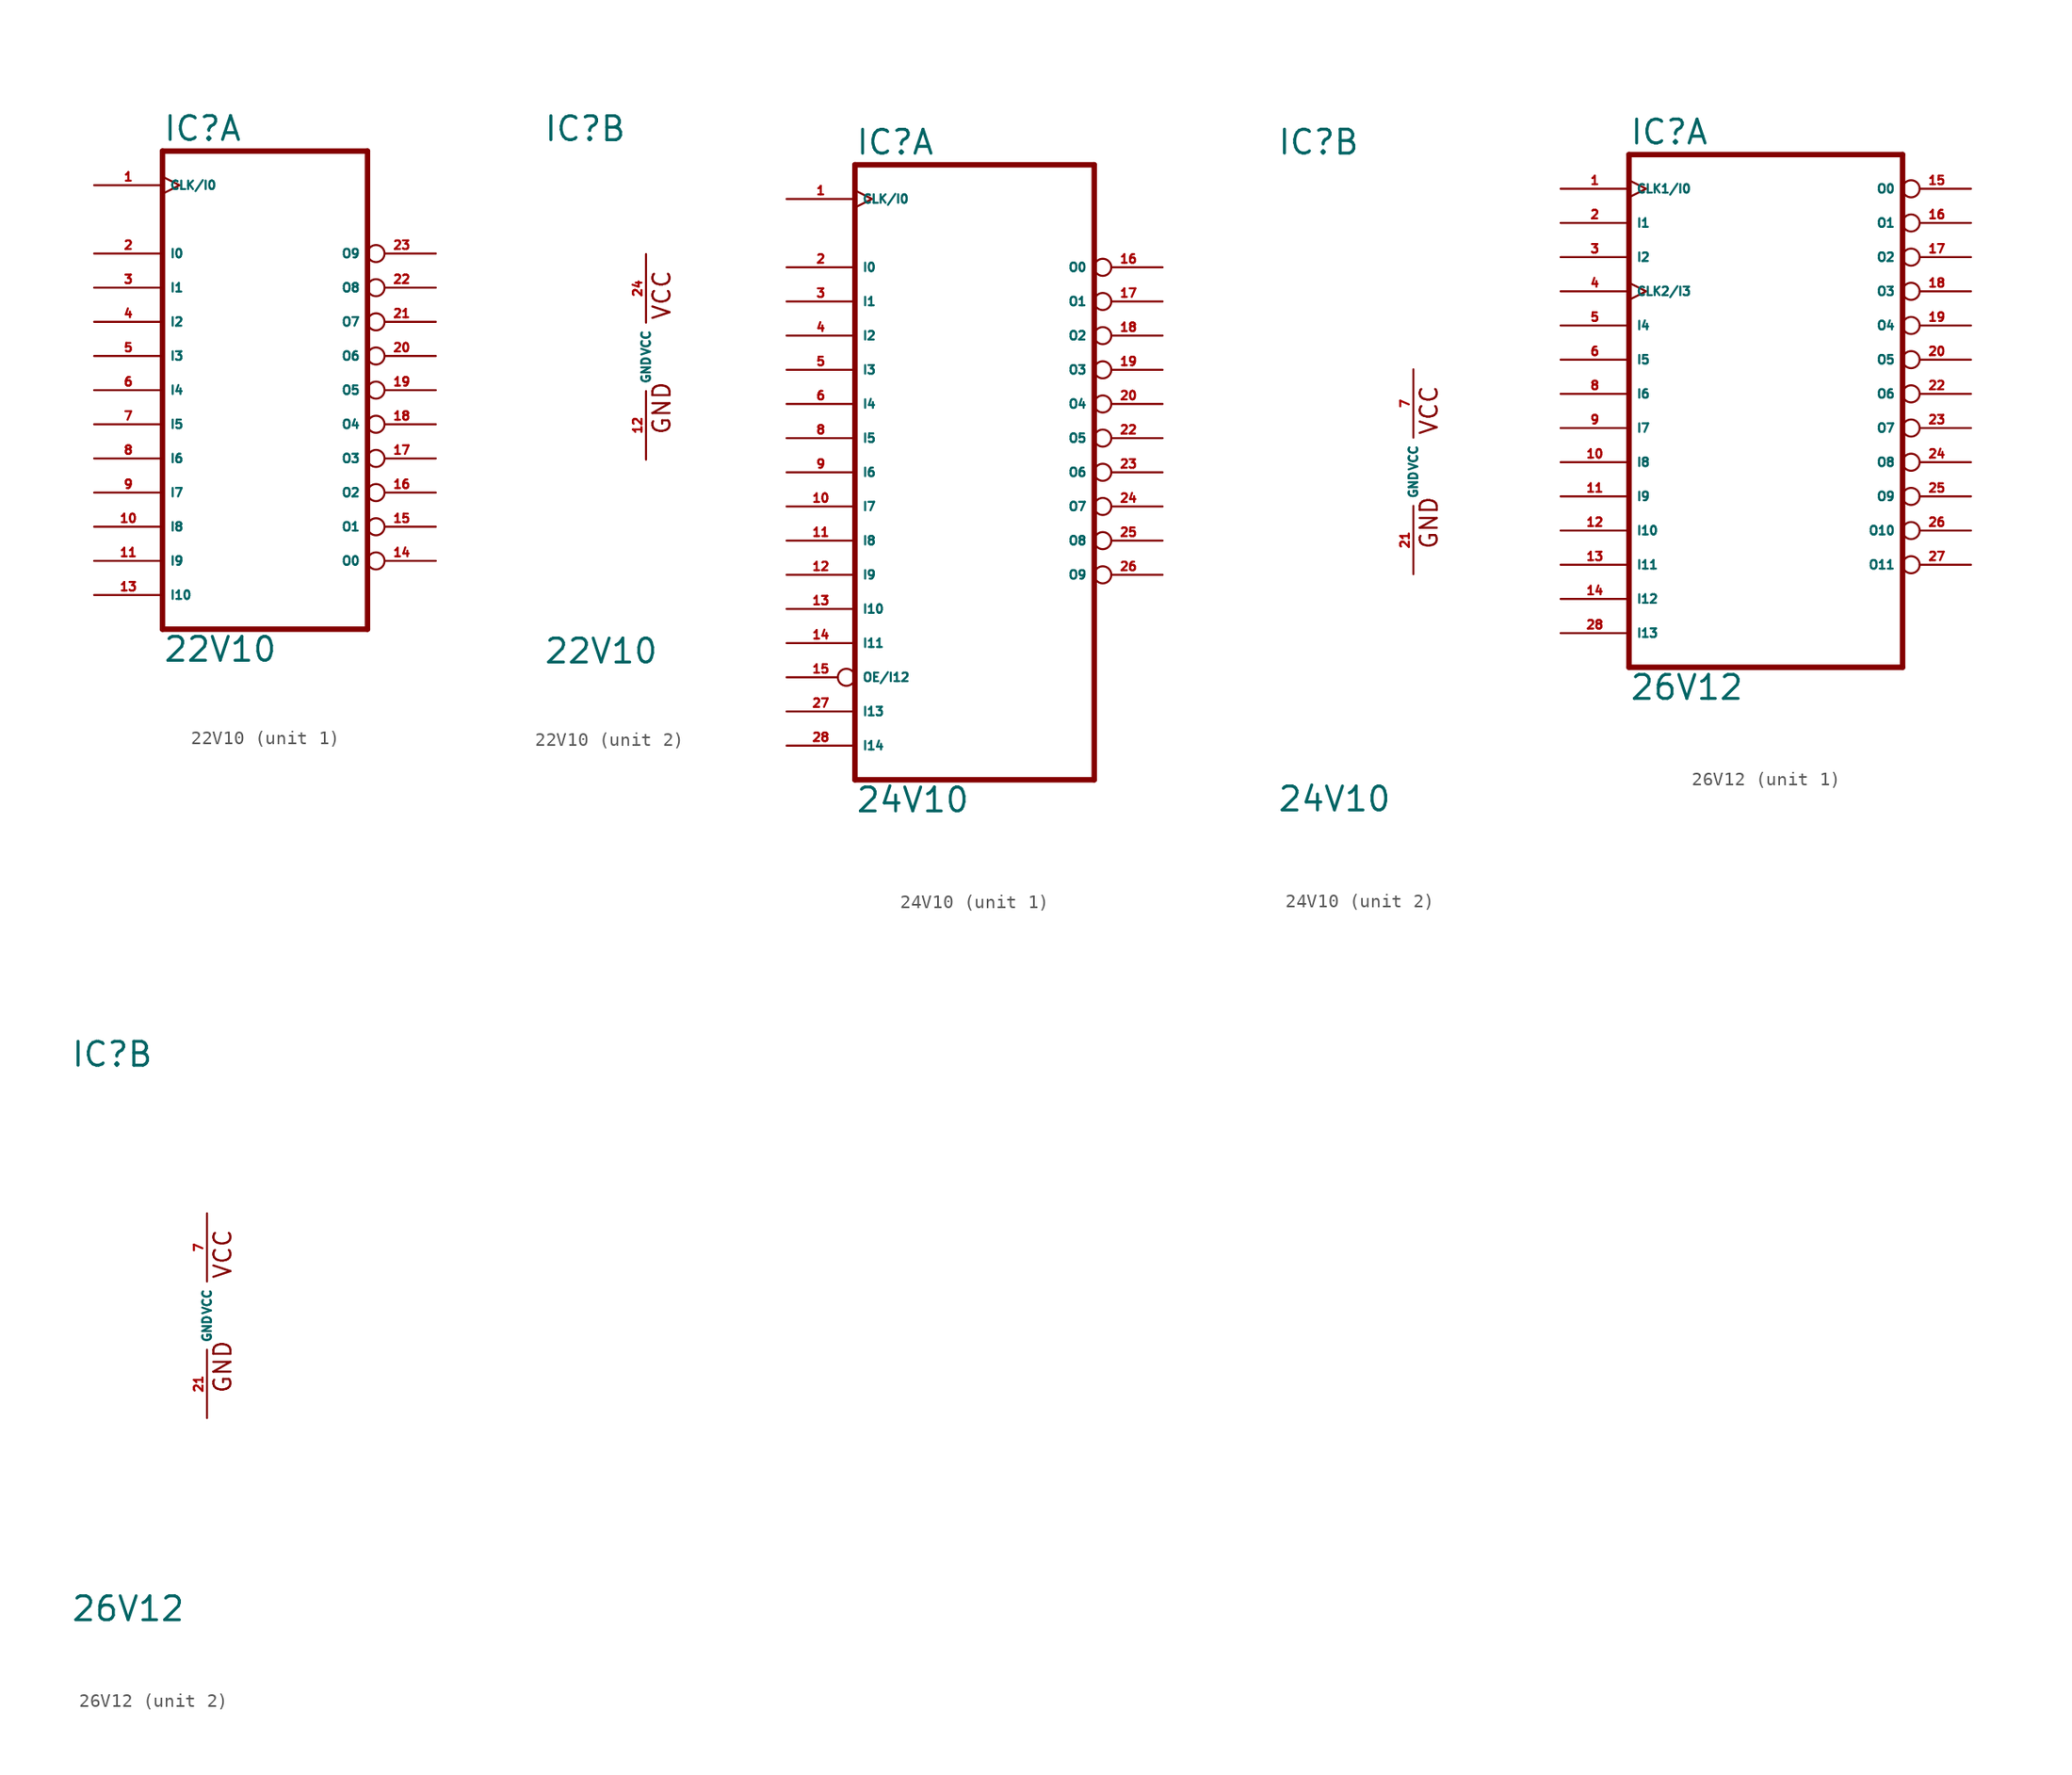
<source format=kicad_sym>
(kicad_symbol_lib
  (version 20220914)
  (generator Eagle2Kicad)
  (symbol "22V10"
    (property "Reference" "IC"
      (at -7.62 15.875 0)
      (effects (font (size 1.778 1.778) (thickness 0.22)) (justify left bottom)))
    (property "Value" "22V10"
      (at -7.62 -22.86 0)
      (effects (font (size 1.778 1.778) (thickness 0.22)) (justify left bottom)))
    (symbol "22V10_1_0"
      (polyline (pts (xy -7.62 15.24) (xy 7.62 15.24)) (stroke (width 0.406) (type default)) (fill (type none)))
      (polyline (pts (xy 7.62 -20.32) (xy 7.62 15.24)) (stroke (width 0.406) (type default)) (fill (type none)))
      (polyline (pts (xy 7.62 -20.32) (xy -7.62 -20.32)) (stroke (width 0.406) (type default)) (fill (type none)))
      (polyline (pts (xy -7.62 15.24) (xy -7.62 -20.32)) (stroke (width 0.406) (type default)) (fill (type none)))
      (pin input line (at -12.7 7.62 0) (length 5.08) (name "I0" (effects (font (size 0.635 0.635) (thickness 0.08)) (justify left bottom))) (number "2" (effects (font (size 0.635 0.635) (thickness 0.08)) (justify left bottom))))
      (pin input line (at -12.7 5.08 0) (length 5.08) (name "I1" (effects (font (size 0.635 0.635) (thickness 0.08)) (justify left bottom))) (number "3" (effects (font (size 0.635 0.635) (thickness 0.08)) (justify left bottom))))
      (pin input line (at -12.7 2.54 0) (length 5.08) (name "I2" (effects (font (size 0.635 0.635) (thickness 0.08)) (justify left bottom))) (number "4" (effects (font (size 0.635 0.635) (thickness 0.08)) (justify left bottom))))
      (pin input line (at -12.7 0 0) (length 5.08) (name "I3" (effects (font (size 0.635 0.635) (thickness 0.08)) (justify left bottom))) (number "5" (effects (font (size 0.635 0.635) (thickness 0.08)) (justify left bottom))))
      (pin input line (at -12.7 -2.54 0) (length 5.08) (name "I4" (effects (font (size 0.635 0.635) (thickness 0.08)) (justify left bottom))) (number "6" (effects (font (size 0.635 0.635) (thickness 0.08)) (justify left bottom))))
      (pin input line (at -12.7 -5.08 0) (length 5.08) (name "I5" (effects (font (size 0.635 0.635) (thickness 0.08)) (justify left bottom))) (number "7" (effects (font (size 0.635 0.635) (thickness 0.08)) (justify left bottom))))
      (pin input line (at -12.7 -7.62 0) (length 5.08) (name "I6" (effects (font (size 0.635 0.635) (thickness 0.08)) (justify left bottom))) (number "8" (effects (font (size 0.635 0.635) (thickness 0.08)) (justify left bottom))))
      (pin input line (at -12.7 -10.16 0) (length 5.08) (name "I7" (effects (font (size 0.635 0.635) (thickness 0.08)) (justify left bottom))) (number "9" (effects (font (size 0.635 0.635) (thickness 0.08)) (justify left bottom))))
      (pin input line (at -12.7 -12.7 0) (length 5.08) (name "I8" (effects (font (size 0.635 0.635) (thickness 0.08)) (justify left bottom))) (number "10" (effects (font (size 0.635 0.635) (thickness 0.08)) (justify left bottom))))
      (pin bidirectional inverted (at 12.7 -12.7 180) (length 5.08) (name "O1" (effects (font (size 0.635 0.635) (thickness 0.08)) (justify left bottom))) (number "15" (effects (font (size 0.635 0.635) (thickness 0.08)) (justify left bottom))))
      (pin bidirectional inverted (at 12.7 -10.16 180) (length 5.08) (name "O2" (effects (font (size 0.635 0.635) (thickness 0.08)) (justify left bottom))) (number "16" (effects (font (size 0.635 0.635) (thickness 0.08)) (justify left bottom))))
      (pin bidirectional inverted (at 12.7 -7.62 180) (length 5.08) (name "O3" (effects (font (size 0.635 0.635) (thickness 0.08)) (justify left bottom))) (number "17" (effects (font (size 0.635 0.635) (thickness 0.08)) (justify left bottom))))
      (pin bidirectional inverted (at 12.7 -5.08 180) (length 5.08) (name "O4" (effects (font (size 0.635 0.635) (thickness 0.08)) (justify left bottom))) (number "18" (effects (font (size 0.635 0.635) (thickness 0.08)) (justify left bottom))))
      (pin bidirectional inverted (at 12.7 -2.54 180) (length 5.08) (name "O5" (effects (font (size 0.635 0.635) (thickness 0.08)) (justify left bottom))) (number "19" (effects (font (size 0.635 0.635) (thickness 0.08)) (justify left bottom))))
      (pin bidirectional inverted (at 12.7 0 180) (length 5.08) (name "O6" (effects (font (size 0.635 0.635) (thickness 0.08)) (justify left bottom))) (number "20" (effects (font (size 0.635 0.635) (thickness 0.08)) (justify left bottom))))
      (pin bidirectional inverted (at 12.7 2.54 180) (length 5.08) (name "O7" (effects (font (size 0.635 0.635) (thickness 0.08)) (justify left bottom))) (number "21" (effects (font (size 0.635 0.635) (thickness 0.08)) (justify left bottom))))
      (pin input line (at -12.7 -15.24 0) (length 5.08) (name "I9" (effects (font (size 0.635 0.635) (thickness 0.08)) (justify left bottom))) (number "11" (effects (font (size 0.635 0.635) (thickness 0.08)) (justify left bottom))))
      (pin bidirectional inverted (at 12.7 -15.24 180) (length 5.08) (name "O0" (effects (font (size 0.635 0.635) (thickness 0.08)) (justify left bottom))) (number "14" (effects (font (size 0.635 0.635) (thickness 0.08)) (justify left bottom))))
      (pin input clock (at -12.7 12.7 0) (length 5.08) (name "CLK/I0" (effects (font (size 0.635 0.635) (thickness 0.08)) (justify left bottom))) (number "1" (effects (font (size 0.635 0.635) (thickness 0.08)) (justify left bottom))))
      (pin input line (at -12.7 -17.78 0) (length 5.08) (name "I10" (effects (font (size 0.635 0.635) (thickness 0.08)) (justify left bottom))) (number "13" (effects (font (size 0.635 0.635) (thickness 0.08)) (justify left bottom))))
      (pin bidirectional inverted (at 12.7 5.08 180) (length 5.08) (name "O8" (effects (font (size 0.635 0.635) (thickness 0.08)) (justify left bottom))) (number "22" (effects (font (size 0.635 0.635) (thickness 0.08)) (justify left bottom))))
      (pin bidirectional inverted (at 12.7 7.62 180) (length 5.08) (name "O9" (effects (font (size 0.635 0.635) (thickness 0.08)) (justify left bottom))) (number "23" (effects (font (size 0.635 0.635) (thickness 0.08)) (justify left bottom)))))
    (symbol "22V10_2_0"
      (text "GND" (at 1.905 -5.842 900) (effects (font (size 1.27 1.27) (thickness 0.16)) (justify left bottom)))
      (text "VCC" (at 1.905 2.667 900) (effects (font (size 1.27 1.27) (thickness 0.16)) (justify left bottom)))
      (pin unspecified line (at 0 -7.62 90) (length 5.08) (name "GND" (effects (font (size 0.635 0.635) (thickness 0.08)) (justify left bottom))) (number "12" (effects (font (size 0.635 0.635) (thickness 0.08)) (justify left bottom))))
      (pin unspecified line (at 0 7.62 270) (length 5.08) (name "VCC" (effects (font (size 0.635 0.635) (thickness 0.08)) (justify left bottom))) (number "24" (effects (font (size 0.635 0.635) (thickness 0.08)) (justify left bottom))))))
  (symbol "24V10"
    (property "Reference" "IC"
      (at -10.16 23.495 0)
      (effects (font (size 1.778 1.778) (thickness 0.22)) (justify left bottom)))
    (property "Value" "24V10"
      (at -10.16 -25.4 0)
      (effects (font (size 1.778 1.778) (thickness 0.22)) (justify left bottom)))
    (symbol "24V10_1_0"
      (polyline (pts (xy -10.16 22.86) (xy 7.62 22.86)) (stroke (width 0.406) (type default)) (fill (type none)))
      (polyline (pts (xy 7.62 -22.86) (xy 7.62 22.86)) (stroke (width 0.406) (type default)) (fill (type none)))
      (polyline (pts (xy 7.62 -22.86) (xy -10.16 -22.86)) (stroke (width 0.406) (type default)) (fill (type none)))
      (polyline (pts (xy -10.16 22.86) (xy -10.16 -22.86)) (stroke (width 0.406) (type default)) (fill (type none)))
      (pin input line (at -15.24 15.24 0) (length 5.08) (name "I0" (effects (font (size 0.635 0.635) (thickness 0.08)) (justify left bottom))) (number "2" (effects (font (size 0.635 0.635) (thickness 0.08)) (justify left bottom))))
      (pin input line (at -15.24 12.7 0) (length 5.08) (name "I1" (effects (font (size 0.635 0.635) (thickness 0.08)) (justify left bottom))) (number "3" (effects (font (size 0.635 0.635) (thickness 0.08)) (justify left bottom))))
      (pin input line (at -15.24 10.16 0) (length 5.08) (name "I2" (effects (font (size 0.635 0.635) (thickness 0.08)) (justify left bottom))) (number "4" (effects (font (size 0.635 0.635) (thickness 0.08)) (justify left bottom))))
      (pin input line (at -15.24 7.62 0) (length 5.08) (name "I3" (effects (font (size 0.635 0.635) (thickness 0.08)) (justify left bottom))) (number "5" (effects (font (size 0.635 0.635) (thickness 0.08)) (justify left bottom))))
      (pin input line (at -15.24 5.08 0) (length 5.08) (name "I4" (effects (font (size 0.635 0.635) (thickness 0.08)) (justify left bottom))) (number "6" (effects (font (size 0.635 0.635) (thickness 0.08)) (justify left bottom))))
      (pin input line (at -15.24 2.54 0) (length 5.08) (name "I5" (effects (font (size 0.635 0.635) (thickness 0.08)) (justify left bottom))) (number "8" (effects (font (size 0.635 0.635) (thickness 0.08)) (justify left bottom))))
      (pin input line (at -15.24 0 0) (length 5.08) (name "I6" (effects (font (size 0.635 0.635) (thickness 0.08)) (justify left bottom))) (number "9" (effects (font (size 0.635 0.635) (thickness 0.08)) (justify left bottom))))
      (pin input line (at -15.24 -2.54 0) (length 5.08) (name "I7" (effects (font (size 0.635 0.635) (thickness 0.08)) (justify left bottom))) (number "10" (effects (font (size 0.635 0.635) (thickness 0.08)) (justify left bottom))))
      (pin input line (at -15.24 -5.08 0) (length 5.08) (name "I8" (effects (font (size 0.635 0.635) (thickness 0.08)) (justify left bottom))) (number "11" (effects (font (size 0.635 0.635) (thickness 0.08)) (justify left bottom))))
      (pin bidirectional inverted (at 12.7 12.7 180) (length 5.08) (name "O1" (effects (font (size 0.635 0.635) (thickness 0.08)) (justify left bottom))) (number "17" (effects (font (size 0.635 0.635) (thickness 0.08)) (justify left bottom))))
      (pin bidirectional inverted (at 12.7 10.16 180) (length 5.08) (name "O2" (effects (font (size 0.635 0.635) (thickness 0.08)) (justify left bottom))) (number "18" (effects (font (size 0.635 0.635) (thickness 0.08)) (justify left bottom))))
      (pin bidirectional inverted (at 12.7 7.62 180) (length 5.08) (name "O3" (effects (font (size 0.635 0.635) (thickness 0.08)) (justify left bottom))) (number "19" (effects (font (size 0.635 0.635) (thickness 0.08)) (justify left bottom))))
      (pin bidirectional inverted (at 12.7 5.08 180) (length 5.08) (name "O4" (effects (font (size 0.635 0.635) (thickness 0.08)) (justify left bottom))) (number "20" (effects (font (size 0.635 0.635) (thickness 0.08)) (justify left bottom))))
      (pin bidirectional inverted (at 12.7 2.54 180) (length 5.08) (name "O5" (effects (font (size 0.635 0.635) (thickness 0.08)) (justify left bottom))) (number "22" (effects (font (size 0.635 0.635) (thickness 0.08)) (justify left bottom))))
      (pin bidirectional inverted (at 12.7 0 180) (length 5.08) (name "O6" (effects (font (size 0.635 0.635) (thickness 0.08)) (justify left bottom))) (number "23" (effects (font (size 0.635 0.635) (thickness 0.08)) (justify left bottom))))
      (pin bidirectional inverted (at 12.7 -2.54 180) (length 5.08) (name "O7" (effects (font (size 0.635 0.635) (thickness 0.08)) (justify left bottom))) (number "24" (effects (font (size 0.635 0.635) (thickness 0.08)) (justify left bottom))))
      (pin input line (at -15.24 -7.62 0) (length 5.08) (name "I9" (effects (font (size 0.635 0.635) (thickness 0.08)) (justify left bottom))) (number "12" (effects (font (size 0.635 0.635) (thickness 0.08)) (justify left bottom))))
      (pin bidirectional inverted (at 12.7 15.24 180) (length 5.08) (name "O0" (effects (font (size 0.635 0.635) (thickness 0.08)) (justify left bottom))) (number "16" (effects (font (size 0.635 0.635) (thickness 0.08)) (justify left bottom))))
      (pin input clock (at -15.24 20.32 0) (length 5.08) (name "CLK/I0" (effects (font (size 0.635 0.635) (thickness 0.08)) (justify left bottom))) (number "1" (effects (font (size 0.635 0.635) (thickness 0.08)) (justify left bottom))))
      (pin input line (at -15.24 -10.16 0) (length 5.08) (name "I10" (effects (font (size 0.635 0.635) (thickness 0.08)) (justify left bottom))) (number "13" (effects (font (size 0.635 0.635) (thickness 0.08)) (justify left bottom))))
      (pin bidirectional inverted (at 12.7 -5.08 180) (length 5.08) (name "O8" (effects (font (size 0.635 0.635) (thickness 0.08)) (justify left bottom))) (number "25" (effects (font (size 0.635 0.635) (thickness 0.08)) (justify left bottom))))
      (pin bidirectional inverted (at 12.7 -7.62 180) (length 5.08) (name "O9" (effects (font (size 0.635 0.635) (thickness 0.08)) (justify left bottom))) (number "26" (effects (font (size 0.635 0.635) (thickness 0.08)) (justify left bottom))))
      (pin input line (at -15.24 -12.7 0) (length 5.08) (name "I11" (effects (font (size 0.635 0.635) (thickness 0.08)) (justify left bottom))) (number "14" (effects (font (size 0.635 0.635) (thickness 0.08)) (justify left bottom))))
      (pin input inverted (at -15.24 -15.24 0) (length 5.08) (name "OE/I12" (effects (font (size 0.635 0.635) (thickness 0.08)) (justify left bottom))) (number "15" (effects (font (size 0.635 0.635) (thickness 0.08)) (justify left bottom))))
      (pin input line (at -15.24 -17.78 0) (length 5.08) (name "I13" (effects (font (size 0.635 0.635) (thickness 0.08)) (justify left bottom))) (number "27" (effects (font (size 0.635 0.635) (thickness 0.08)) (justify left bottom))))
      (pin input line (at -15.24 -20.32 0) (length 5.08) (name "I14" (effects (font (size 0.635 0.635) (thickness 0.08)) (justify left bottom))) (number "28" (effects (font (size 0.635 0.635) (thickness 0.08)) (justify left bottom)))))
    (symbol "24V10_2_0"
      (text "GND" (at 1.905 -5.842 900) (effects (font (size 1.27 1.27) (thickness 0.16)) (justify left bottom)))
      (text "VCC" (at 1.905 2.667 900) (effects (font (size 1.27 1.27) (thickness 0.16)) (justify left bottom)))
      (pin unspecified line (at 0 -7.62 90) (length 5.08) (name "GND" (effects (font (size 0.635 0.635) (thickness 0.08)) (justify left bottom))) (number "21" (effects (font (size 0.635 0.635) (thickness 0.08)) (justify left bottom))))
      (pin unspecified line (at 0 7.62 270) (length 5.08) (name "VCC" (effects (font (size 0.635 0.635) (thickness 0.08)) (justify left bottom))) (number "7" (effects (font (size 0.635 0.635) (thickness 0.08)) (justify left bottom))))))
  (symbol "26V12"
    (property "Reference" "IC"
      (at -10.16 18.415 0)
      (effects (font (size 1.778 1.778) (thickness 0.22)) (justify left bottom)))
    (property "Value" "26V12"
      (at -10.16 -22.86 0)
      (effects (font (size 1.778 1.778) (thickness 0.22)) (justify left bottom)))
    (symbol "26V12_1_0"
      (polyline (pts (xy -10.16 17.78) (xy 10.16 17.78)) (stroke (width 0.406) (type default)) (fill (type none)))
      (polyline (pts (xy 10.16 -20.32) (xy 10.16 17.78)) (stroke (width 0.406) (type default)) (fill (type none)))
      (polyline (pts (xy 10.16 -20.32) (xy -10.16 -20.32)) (stroke (width 0.406) (type default)) (fill (type none)))
      (polyline (pts (xy -10.16 17.78) (xy -10.16 -20.32)) (stroke (width 0.406) (type default)) (fill (type none)))
      (pin input line (at -15.24 12.7 0) (length 5.08) (name "I1" (effects (font (size 0.635 0.635) (thickness 0.08)) (justify left bottom))) (number "2" (effects (font (size 0.635 0.635) (thickness 0.08)) (justify left bottom))))
      (pin input line (at -15.24 10.16 0) (length 5.08) (name "I2" (effects (font (size 0.635 0.635) (thickness 0.08)) (justify left bottom))) (number "3" (effects (font (size 0.635 0.635) (thickness 0.08)) (justify left bottom))))
      (pin input clock (at -15.24 7.62 0) (length 5.08) (name "CLK2/I3" (effects (font (size 0.635 0.635) (thickness 0.08)) (justify left bottom))) (number "4" (effects (font (size 0.635 0.635) (thickness 0.08)) (justify left bottom))))
      (pin input line (at -15.24 5.08 0) (length 5.08) (name "I4" (effects (font (size 0.635 0.635) (thickness 0.08)) (justify left bottom))) (number "5" (effects (font (size 0.635 0.635) (thickness 0.08)) (justify left bottom))))
      (pin input line (at -15.24 2.54 0) (length 5.08) (name "I5" (effects (font (size 0.635 0.635) (thickness 0.08)) (justify left bottom))) (number "6" (effects (font (size 0.635 0.635) (thickness 0.08)) (justify left bottom))))
      (pin input line (at -15.24 0 0) (length 5.08) (name "I6" (effects (font (size 0.635 0.635) (thickness 0.08)) (justify left bottom))) (number "8" (effects (font (size 0.635 0.635) (thickness 0.08)) (justify left bottom))))
      (pin input line (at -15.24 -2.54 0) (length 5.08) (name "I7" (effects (font (size 0.635 0.635) (thickness 0.08)) (justify left bottom))) (number "9" (effects (font (size 0.635 0.635) (thickness 0.08)) (justify left bottom))))
      (pin input line (at -15.24 -5.08 0) (length 5.08) (name "I8" (effects (font (size 0.635 0.635) (thickness 0.08)) (justify left bottom))) (number "10" (effects (font (size 0.635 0.635) (thickness 0.08)) (justify left bottom))))
      (pin input line (at -15.24 -7.62 0) (length 5.08) (name "I9" (effects (font (size 0.635 0.635) (thickness 0.08)) (justify left bottom))) (number "11" (effects (font (size 0.635 0.635) (thickness 0.08)) (justify left bottom))))
      (pin bidirectional inverted (at 15.24 12.7 180) (length 5.08) (name "O1" (effects (font (size 0.635 0.635) (thickness 0.08)) (justify left bottom))) (number "16" (effects (font (size 0.635 0.635) (thickness 0.08)) (justify left bottom))))
      (pin bidirectional inverted (at 15.24 10.16 180) (length 5.08) (name "O2" (effects (font (size 0.635 0.635) (thickness 0.08)) (justify left bottom))) (number "17" (effects (font (size 0.635 0.635) (thickness 0.08)) (justify left bottom))))
      (pin bidirectional inverted (at 15.24 7.62 180) (length 5.08) (name "O3" (effects (font (size 0.635 0.635) (thickness 0.08)) (justify left bottom))) (number "18" (effects (font (size 0.635 0.635) (thickness 0.08)) (justify left bottom))))
      (pin bidirectional inverted (at 15.24 5.08 180) (length 5.08) (name "O4" (effects (font (size 0.635 0.635) (thickness 0.08)) (justify left bottom))) (number "19" (effects (font (size 0.635 0.635) (thickness 0.08)) (justify left bottom))))
      (pin bidirectional inverted (at 15.24 2.54 180) (length 5.08) (name "O5" (effects (font (size 0.635 0.635) (thickness 0.08)) (justify left bottom))) (number "20" (effects (font (size 0.635 0.635) (thickness 0.08)) (justify left bottom))))
      (pin bidirectional inverted (at 15.24 0 180) (length 5.08) (name "O6" (effects (font (size 0.635 0.635) (thickness 0.08)) (justify left bottom))) (number "22" (effects (font (size 0.635 0.635) (thickness 0.08)) (justify left bottom))))
      (pin bidirectional inverted (at 15.24 -2.54 180) (length 5.08) (name "O7" (effects (font (size 0.635 0.635) (thickness 0.08)) (justify left bottom))) (number "23" (effects (font (size 0.635 0.635) (thickness 0.08)) (justify left bottom))))
      (pin input line (at -15.24 -10.16 0) (length 5.08) (name "I10" (effects (font (size 0.635 0.635) (thickness 0.08)) (justify left bottom))) (number "12" (effects (font (size 0.635 0.635) (thickness 0.08)) (justify left bottom))))
      (pin bidirectional inverted (at 15.24 15.24 180) (length 5.08) (name "O0" (effects (font (size 0.635 0.635) (thickness 0.08)) (justify left bottom))) (number "15" (effects (font (size 0.635 0.635) (thickness 0.08)) (justify left bottom))))
      (pin input clock (at -15.24 15.24 0) (length 5.08) (name "CLK1/I0" (effects (font (size 0.635 0.635) (thickness 0.08)) (justify left bottom))) (number "1" (effects (font (size 0.635 0.635) (thickness 0.08)) (justify left bottom))))
      (pin input line (at -15.24 -12.7 0) (length 5.08) (name "I11" (effects (font (size 0.635 0.635) (thickness 0.08)) (justify left bottom))) (number "13" (effects (font (size 0.635 0.635) (thickness 0.08)) (justify left bottom))))
      (pin bidirectional inverted (at 15.24 -5.08 180) (length 5.08) (name "O8" (effects (font (size 0.635 0.635) (thickness 0.08)) (justify left bottom))) (number "24" (effects (font (size 0.635 0.635) (thickness 0.08)) (justify left bottom))))
      (pin bidirectional inverted (at 15.24 -7.62 180) (length 5.08) (name "O9" (effects (font (size 0.635 0.635) (thickness 0.08)) (justify left bottom))) (number "25" (effects (font (size 0.635 0.635) (thickness 0.08)) (justify left bottom))))
      (pin input line (at -15.24 -15.24 0) (length 5.08) (name "I12" (effects (font (size 0.635 0.635) (thickness 0.08)) (justify left bottom))) (number "14" (effects (font (size 0.635 0.635) (thickness 0.08)) (justify left bottom))))
      (pin input line (at -15.24 -17.78 0) (length 5.08) (name "I13" (effects (font (size 0.635 0.635) (thickness 0.08)) (justify left bottom))) (number "28" (effects (font (size 0.635 0.635) (thickness 0.08)) (justify left bottom))))
      (pin bidirectional inverted (at 15.24 -12.7 180) (length 5.08) (name "O11" (effects (font (size 0.635 0.635) (thickness 0.08)) (justify left bottom))) (number "27" (effects (font (size 0.635 0.635) (thickness 0.08)) (justify left bottom))))
      (pin bidirectional inverted (at 15.24 -10.16 180) (length 5.08) (name "O10" (effects (font (size 0.635 0.635) (thickness 0.08)) (justify left bottom))) (number "26" (effects (font (size 0.635 0.635) (thickness 0.08)) (justify left bottom)))))
    (symbol "26V12_2_0"
      (text "GND" (at 1.905 -5.842 900) (effects (font (size 1.27 1.27) (thickness 0.16)) (justify left bottom)))
      (text "VCC" (at 1.905 2.667 900) (effects (font (size 1.27 1.27) (thickness 0.16)) (justify left bottom)))
      (pin unspecified line (at 0 -7.62 90) (length 5.08) (name "GND" (effects (font (size 0.635 0.635) (thickness 0.08)) (justify left bottom))) (number "21" (effects (font (size 0.635 0.635) (thickness 0.08)) (justify left bottom))))
      (pin unspecified line (at 0 7.62 270) (length 5.08) (name "VCC" (effects (font (size 0.635 0.635) (thickness 0.08)) (justify left bottom))) (number "7" (effects (font (size 0.635 0.635) (thickness 0.08)) (justify left bottom)))))))
</source>
